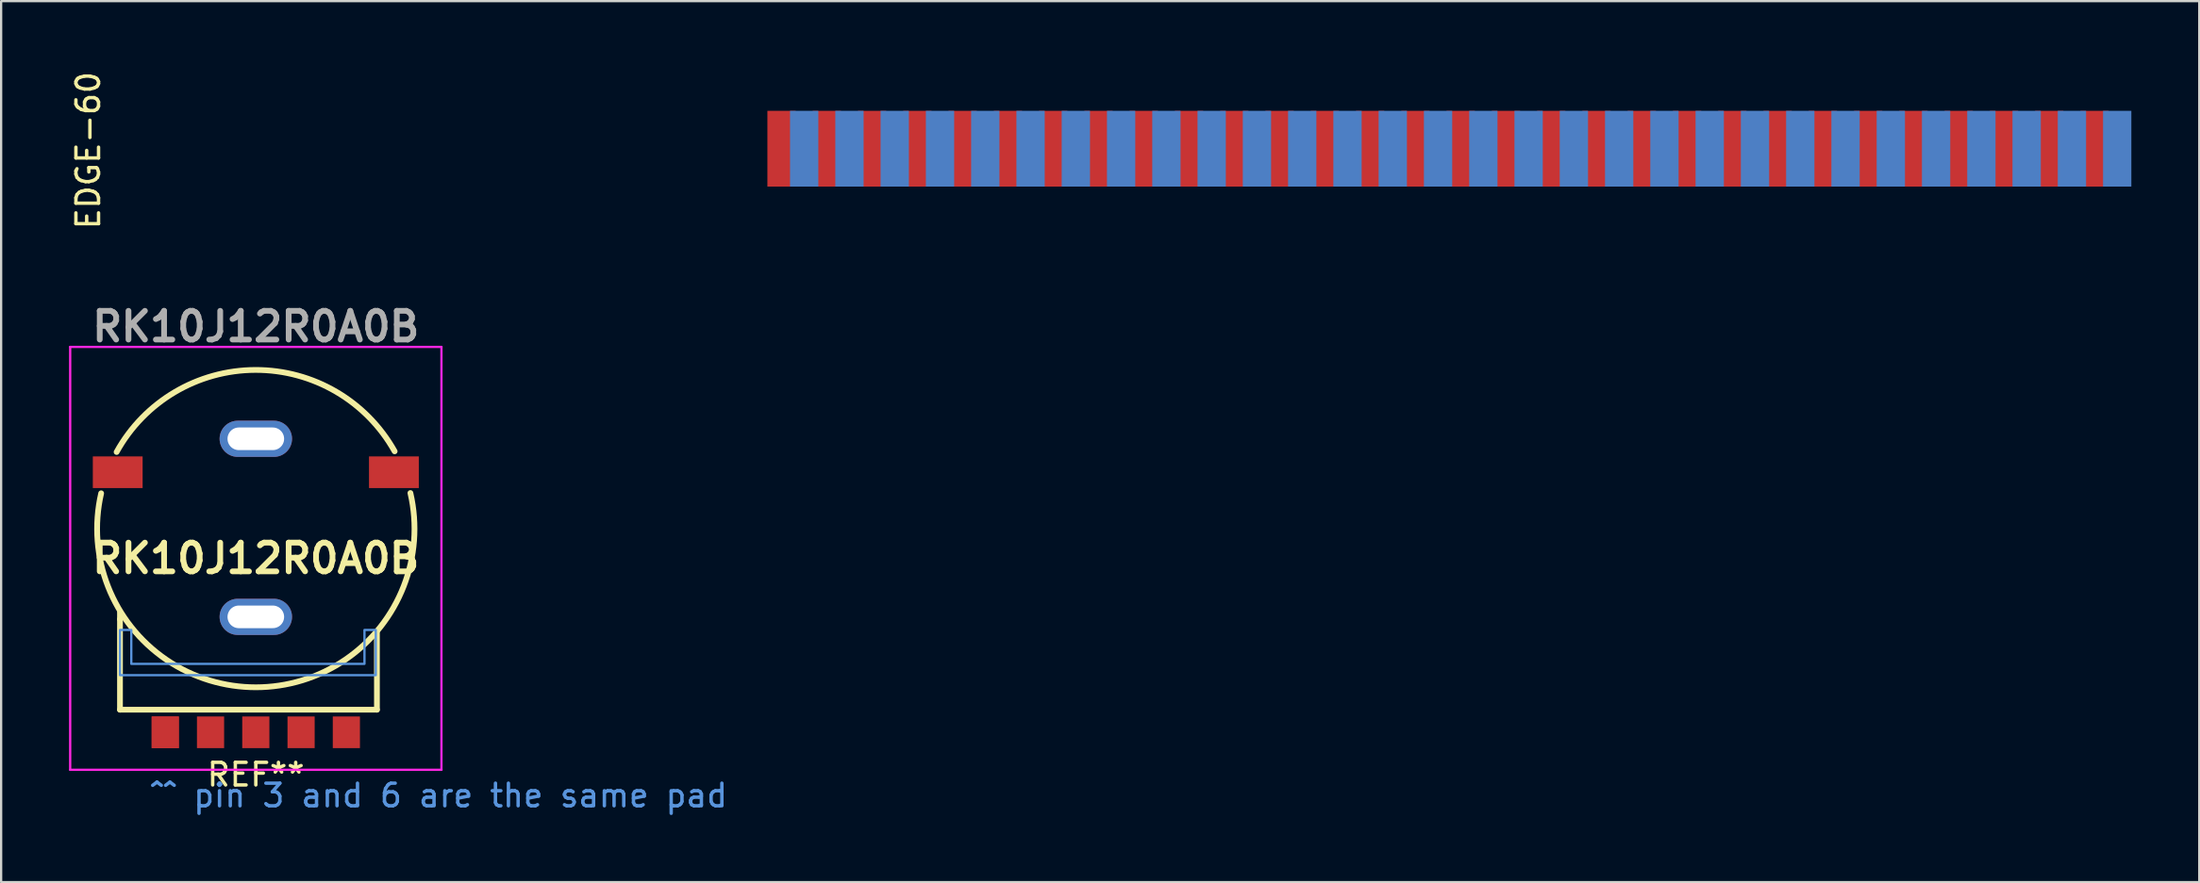
<source format=kicad_pcb>
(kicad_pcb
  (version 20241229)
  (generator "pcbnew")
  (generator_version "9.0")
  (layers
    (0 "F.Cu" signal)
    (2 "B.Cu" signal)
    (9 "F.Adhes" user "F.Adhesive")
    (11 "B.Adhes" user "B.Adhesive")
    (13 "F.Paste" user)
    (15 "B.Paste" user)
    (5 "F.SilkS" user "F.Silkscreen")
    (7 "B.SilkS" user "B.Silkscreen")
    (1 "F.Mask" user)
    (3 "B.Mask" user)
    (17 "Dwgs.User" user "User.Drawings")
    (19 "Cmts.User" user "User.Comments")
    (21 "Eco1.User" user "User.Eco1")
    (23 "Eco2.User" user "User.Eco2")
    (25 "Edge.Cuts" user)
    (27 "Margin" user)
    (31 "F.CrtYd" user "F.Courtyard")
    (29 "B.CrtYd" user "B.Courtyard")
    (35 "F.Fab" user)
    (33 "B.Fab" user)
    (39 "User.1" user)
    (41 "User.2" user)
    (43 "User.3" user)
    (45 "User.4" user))
  (footprint "EDGE-60"
    (layer "F.Cu")
    (at 31.973 3.601)
    (property "Reference" "EDGE-60" (at -31.125 0 90) (layer "F.SilkS") (effects (font (size 1 1) (thickness 0.15))))
    (attr smd)
    (pad "1" smd rect (at -0.5 -0.075) (size 1.25 3.35) (layers "F.Cu" "F.Mask" "F.Paste"))
    (pad "2" smd rect (at 0.5 -0.075) (size 1.25 3.35) (layers "B.Cu" "B.Mask" "B.Paste"))
    (pad "3" smd rect (at 1.5 -0.075) (size 1.25 3.35) (layers "F.Cu" "F.Mask" "F.Paste"))
    (pad "4" smd rect (at 2.5 -0.075) (size 1.25 3.35) (layers "B.Cu" "B.Mask" "B.Paste"))
    (pad "5" smd rect (at 3.5 -0.075) (size 1.25 3.35) (layers "F.Cu" "F.Mask" "F.Paste"))
    (pad "6" smd rect (at 4.5 -0.075) (size 1.25 3.35) (layers "B.Cu" "B.Mask" "B.Paste"))
    (pad "7" smd rect (at 5.5 -0.075) (size 1.25 3.35) (layers "F.Cu" "F.Mask" "F.Paste"))
    (pad "8" smd rect (at 6.5 -0.075) (size 1.25 3.35) (layers "B.Cu" "B.Mask" "B.Paste"))
    (pad "9" smd rect (at 7.5 -0.075) (size 1.25 3.35) (layers "F.Cu" "F.Mask" "F.Paste"))
    (pad "10" smd rect (at 8.5 -0.075) (size 1.25 3.35) (layers "B.Cu" "B.Mask" "B.Paste"))
    (pad "11" smd rect (at 9.5 -0.075) (size 1.25 3.35) (layers "F.Cu" "F.Mask" "F.Paste"))
    (pad "12" smd rect (at 10.5 -0.075) (size 1.25 3.35) (layers "B.Cu" "B.Mask" "B.Paste"))
    (pad "13" smd rect (at 11.5 -0.075) (size 1.25 3.35) (layers "F.Cu" "F.Mask" "F.Paste"))
    (pad "14" smd rect (at 12.5 -0.075) (size 1.25 3.35) (layers "B.Cu" "B.Mask" "B.Paste"))
    (pad "15" smd rect (at 13.5 -0.075) (size 1.25 3.35) (layers "F.Cu" "F.Mask" "F.Paste"))
    (pad "16" smd rect (at 14.5 -0.075) (size 1.25 3.35) (layers "B.Cu" "B.Mask" "B.Paste"))
    (pad "17" smd rect (at 15.5 -0.075) (size 1.25 3.35) (layers "F.Cu" "F.Mask" "F.Paste"))
    (pad "18" smd rect (at 16.5 -0.075) (size 1.25 3.35) (layers "B.Cu" "B.Mask" "B.Paste"))
    (pad "19" smd rect (at 17.5 -0.075) (size 1.25 3.35) (layers "F.Cu" "F.Mask" "F.Paste"))
    (pad "20" smd rect (at 18.5 -0.075) (size 1.25 3.35) (layers "B.Cu" "B.Mask" "B.Paste"))
    (pad "21" smd rect (at 19.5 -0.075) (size 1.25 3.35) (layers "F.Cu" "F.Mask" "F.Paste"))
    (pad "22" smd rect (at 20.5 -0.075) (size 1.25 3.35) (layers "B.Cu" "B.Mask" "B.Paste"))
    (pad "23" smd rect (at 21.5 -0.075) (size 1.25 3.35) (layers "F.Cu" "F.Mask" "F.Paste"))
    (pad "24" smd rect (at 22.5 -0.075) (size 1.25 3.35) (layers "B.Cu" "B.Mask" "B.Paste"))
    (pad "25" smd rect (at 23.5 -0.075) (size 1.25 3.35) (layers "F.Cu" "F.Mask" "F.Paste"))
    (pad "26" smd rect (at 24.5 -0.075) (size 1.25 3.35) (layers "B.Cu" "B.Mask" "B.Paste"))
    (pad "27" smd rect (at 25.5 -0.075) (size 1.25 3.35) (layers "F.Cu" "F.Mask" "F.Paste"))
    (pad "28" smd rect (at 26.5 -0.075) (size 1.25 3.35) (layers "B.Cu" "B.Mask" "B.Paste"))
    (pad "29" smd rect (at 27.5 -0.075) (size 1.25 3.35) (layers "F.Cu" "F.Mask" "F.Paste"))
    (pad "30" smd rect (at 28.5 -0.075) (size 1.25 3.35) (layers "B.Cu" "B.Mask" "B.Paste"))
    (pad "31" smd rect (at 29.5 -0.075) (size 1.25 3.35) (layers "F.Cu" "F.Mask" "F.Paste"))
    (pad "32" smd rect (at 30.5 -0.075) (size 1.25 3.35) (layers "B.Cu" "B.Mask" "B.Paste"))
    (pad "33" smd rect (at 31.5 -0.075) (size 1.25 3.35) (layers "F.Cu" "F.Mask" "F.Paste"))
    (pad "34" smd rect (at 32.5 -0.075) (size 1.25 3.35) (layers "B.Cu" "B.Mask" "B.Paste"))
    (pad "35" smd rect (at 33.5 -0.075) (size 1.25 3.35) (layers "F.Cu" "F.Mask" "F.Paste"))
    (pad "36" smd rect (at 34.5 -0.075) (size 1.25 3.35) (layers "B.Cu" "B.Mask" "B.Paste"))
    (pad "37" smd rect (at 35.5 -0.075) (size 1.25 3.35) (layers "F.Cu" "F.Mask" "F.Paste"))
    (pad "38" smd rect (at 36.5 -0.075) (size 1.25 3.35) (layers "B.Cu" "B.Mask" "B.Paste"))
    (pad "39" smd rect (at 37.5 -0.075) (size 1.25 3.35) (layers "F.Cu" "F.Mask" "F.Paste"))
    (pad "40" smd rect (at 38.5 -0.075) (size 1.25 3.35) (layers "B.Cu" "B.Mask" "B.Paste"))
    (pad "41" smd rect (at 39.5 -0.075) (size 1.25 3.35) (layers "F.Cu" "F.Mask" "F.Paste"))
    (pad "42" smd rect (at 40.5 -0.075) (size 1.25 3.35) (layers "B.Cu" "B.Mask" "B.Paste"))
    (pad "43" smd rect (at 41.5 -0.075) (size 1.25 3.35) (layers "F.Cu" "F.Mask" "F.Paste"))
    (pad "44" smd rect (at 42.5 -0.075) (size 1.25 3.35) (layers "B.Cu" "B.Mask" "B.Paste"))
    (pad "45" smd rect (at 43.5 -0.075) (size 1.25 3.35) (layers "F.Cu" "F.Mask" "F.Paste"))
    (pad "46" smd rect (at 44.5 -0.075) (size 1.25 3.35) (layers "B.Cu" "B.Mask" "B.Paste"))
    (pad "47" smd rect (at 45.5 -0.075) (size 1.25 3.35) (layers "F.Cu" "F.Mask" "F.Paste"))
    (pad "48" smd rect (at 46.5 -0.075) (size 1.25 3.35) (layers "B.Cu" "B.Mask" "B.Paste"))
    (pad "49" smd rect (at 47.5 -0.075) (size 1.25 3.35) (layers "F.Cu" "F.Mask" "F.Paste"))
    (pad "50" smd rect (at 48.5 -0.075) (size 1.25 3.35) (layers "B.Cu" "B.Mask" "B.Paste"))
    (pad "51" smd rect (at 49.5 -0.075) (size 1.25 3.35) (layers "F.Cu" "F.Mask" "F.Paste"))
    (pad "52" smd rect (at 50.5 -0.075) (size 1.25 3.35) (layers "B.Cu" "B.Mask" "B.Paste"))
    (pad "53" smd rect (at 51.5 -0.075) (size 1.25 3.35) (layers "F.Cu" "F.Mask" "F.Paste"))
    (pad "54" smd rect (at 52.5 -0.075) (size 1.25 3.35) (layers "B.Cu" "B.Mask" "B.Paste"))
    (pad "55" smd rect (at 53.5 -0.075) (size 1.25 3.35) (layers "F.Cu" "F.Mask" "F.Paste"))
    (pad "56" smd rect (at 54.5 -0.075) (size 1.25 3.35) (layers "B.Cu" "B.Mask" "B.Paste"))
    (pad "57" smd rect (at 55.5 -0.075) (size 1.25 3.35) (layers "F.Cu" "F.Mask" "F.Paste"))
    (pad "58" smd rect (at 56.5 -0.075) (size 1.25 3.35) (layers "B.Cu" "B.Mask" "B.Paste"))
    (pad "59" smd rect (at 57.5 -0.075) (size 1.25 3.35) (layers "F.Cu" "F.Mask" "F.Paste"))
    (pad "60" smd rect (at 58.5 -0.075) (size 1.25 3.35) (layers "B.Cu" "B.Mask" "B.Paste")))
  (footprint "RK10J12R0A0B"
    (layer "F.Cu")
    (at 8.25 20.291)
    (property "Reference" "RK10J12R0A0B" (at 0 1.35 0) (layer "F.SilkS") (effects (font (size 1.27 1.27) (thickness 0.254))))
    (attr smd)
    (fp_line (start -6 4.042) (end -6 3.742) (stroke (width 0.254) (type solid)) (layer "F.SilkS"))
    (fp_line (start -6 8.042) (end -6 4.042) (stroke (width 0.254) (type solid)) (layer "F.SilkS"))
    (fp_line (start 5.35 8.042) (end -6 8.042) (stroke (width 0.254) (type solid)) (layer "F.SilkS"))
    (fp_line (start 5.35 8.042) (end 5.35 4.642) (stroke (width 0.254) (type solid)) (layer "F.SilkS"))
    (fp_arc (start -6.149 -3.3532) (mid -0.016848 -6.982155) (end 6.132643 -3.382659) (stroke (width 0.254) (type solid)) (layer "F.SilkS"))
    (fp_arc (start 6.829 -1.5392) (mid 0.005879 7.05142) (end -6.831642 -1.527743) (stroke (width 0.254) (type solid)) (layer "F.SilkS"))
    (fp_poly (pts (xy -5 -3.158) (xy -5 -1.758) (xy -7.2 -1.758) (xy -7.2 -3.158)) (stroke (width 0) (type solid)) (fill yes) (layer "F.Paste"))
    (fp_poly (pts (xy -4.6 9.742) (xy -4.6 8.342) (xy -3.4 8.342) (xy -3.4 9.742)) (stroke (width 0) (type solid)) (fill yes) (layer "F.Paste"))
    (fp_poly (pts (xy -2.6 9.742) (xy -2.6 8.342) (xy -1.4 8.342) (xy -1.4 9.742)) (stroke (width 0) (type solid)) (fill yes) (layer "F.Paste"))
    (fp_poly (pts (xy -0.6 9.742) (xy -0.6 8.342) (xy 0.6 8.342) (xy 0.6 9.742)) (stroke (width 0) (type solid)) (fill yes) (layer "F.Paste"))
    (fp_poly (pts (xy 1.4 9.742) (xy 1.4 8.342) (xy 2.6 8.342) (xy 2.6 9.742)) (stroke (width 0) (type solid)) (fill yes) (layer "F.Paste"))
    (fp_poly (pts (xy 3.4 9.742) (xy 3.4 8.342) (xy 4.6 8.342) (xy 4.6 9.742)) (stroke (width 0) (type solid)) (fill yes) (layer "F.Paste"))
    (fp_poly (pts (xy 7.2 -3.158) (xy 7.2 -1.758) (xy 5 -1.758) (xy 5 -3.158)) (stroke (width 0) (type solid)) (fill yes) (layer "F.Paste"))
    (fp_poly (pts (xy -6 4.516) (xy -6 6.516) (xy 5.3 6.516) (xy 5.3 4.516) (xy 4.8 4.516) (xy 4.8 6.016) (xy -5.5 6.016) (xy -5.5 4.516)) (stroke (width 0.1) (type solid)) (fill no) (layer "Cmts.User"))
    (fp_line (start -8.2 -8) (end 8.2 -8) (stroke (width 0.1) (type solid)) (layer "F.CrtYd"))
    (fp_line (start -8.2 10.7) (end -8.2 -8) (stroke (width 0.1) (type solid)) (layer "F.CrtYd"))
    (fp_line (start 8.2 -8) (end 8.2 10.7) (stroke (width 0.1) (type solid)) (layer "F.CrtYd"))
    (fp_line (start 8.2 10.7) (end -8.2 10.7) (stroke (width 0.1) (type solid)) (layer "F.CrtYd"))
    (fp_text user "REF**" (at 0 11.5 0) (unlocked yes) (layer "F.SilkS") (effects (font (size 1 1) (thickness 0.15)) (justify bottom)))
    (fp_text user "^^ pin 3 and 6 are the same pad" (at -4.75 12.421 0) (unlocked yes) (layer "Cmts.User") (effects (font (size 1 1) (thickness 0.15)) (justify left bottom)))
    (fp_text user "${REFERENCE}" (at 0 -8.9 0) (layer "F.Fab") (effects (font (size 1.27 1.27) (thickness 0.254))))
    (pad "1" smd rect (at 2 9.042 90) (size 1.4 1.2) (layers "F.Cu" "F.Mask" "F.Paste"))
    (pad "2" smd rect (at 0 9.042 90) (size 1.4 1.2) (layers "F.Cu" "F.Mask" "F.Paste"))
    (pad "3" smd rect (at -4 9.042 90) (size 1.4 1.2) (layers "F.Cu" "F.Mask" "F.Paste"))
    (pad "4" smd rect (at 4 9.042 90) (size 1.4 1.2) (layers "F.Cu" "F.Mask" "F.Paste"))
    (pad "5" smd rect (at -2 9.042 90) (size 1.4 1.2) (layers "F.Cu" "F.Mask" "F.Paste"))
    (pad "6" smd rect (at -4 9.042 90) (size 1.4 1.2) (layers "F.Cu" "F.Mask" "F.Paste"))
    (pad "MP" smd rect (at -6.1 -2.458 270) (size 1.4 2.2) (layers "F.Cu" "F.Mask" "F.Paste"))
    (pad "MP" thru_hole oval (at 0 -3.937 270) (size 1.6 3.2) (drill oval 1 2.5) (layers "*.Cu" "*.Mask"))
    (pad "MP" thru_hole oval (at 0 3.937 270) (size 1.6 3.2) (drill oval 1 2.5) (layers "*.Cu" "*.Mask"))
    (pad "MP" smd rect (at 6.1 -2.458 270) (size 1.4 2.2) (layers "F.Cu" "F.Mask" "F.Paste")))
  (gr_rect
    (start -3 -3)
    (end 94.098 35.958)
    (stroke (width 0.1) (type default))
    (fill no)
    (layer "Edge.Cuts")))
</source>
